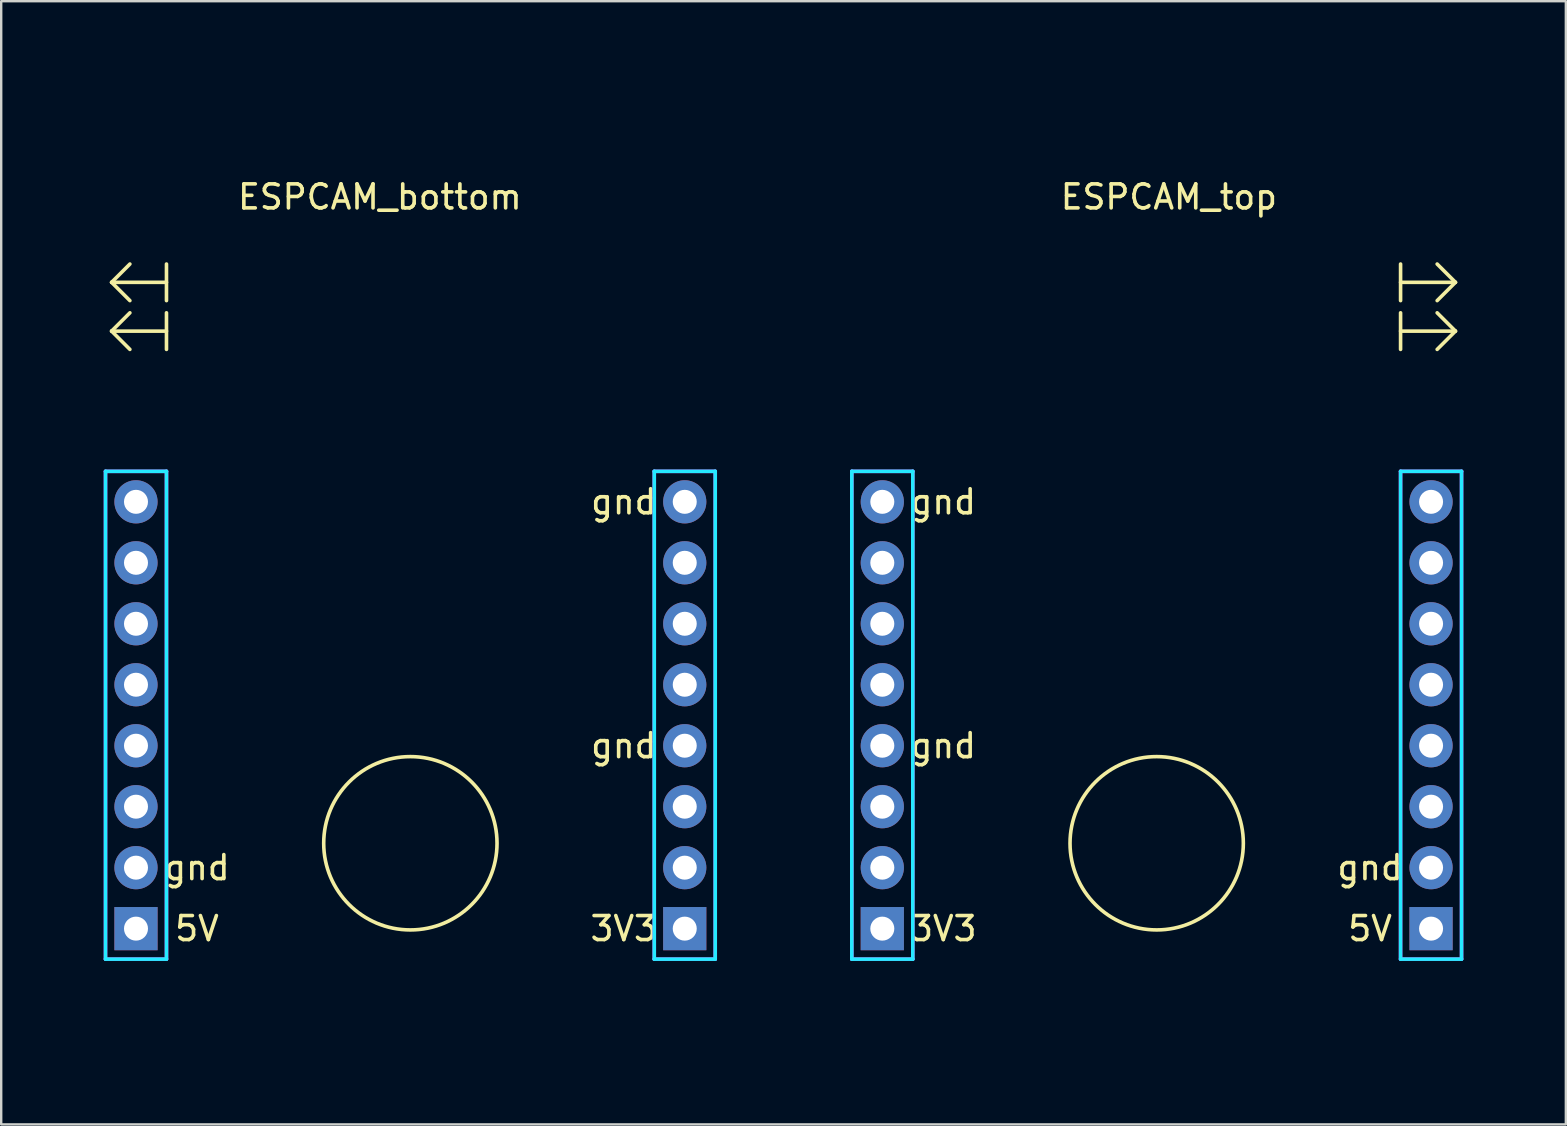
<source format=kicad_pcb>
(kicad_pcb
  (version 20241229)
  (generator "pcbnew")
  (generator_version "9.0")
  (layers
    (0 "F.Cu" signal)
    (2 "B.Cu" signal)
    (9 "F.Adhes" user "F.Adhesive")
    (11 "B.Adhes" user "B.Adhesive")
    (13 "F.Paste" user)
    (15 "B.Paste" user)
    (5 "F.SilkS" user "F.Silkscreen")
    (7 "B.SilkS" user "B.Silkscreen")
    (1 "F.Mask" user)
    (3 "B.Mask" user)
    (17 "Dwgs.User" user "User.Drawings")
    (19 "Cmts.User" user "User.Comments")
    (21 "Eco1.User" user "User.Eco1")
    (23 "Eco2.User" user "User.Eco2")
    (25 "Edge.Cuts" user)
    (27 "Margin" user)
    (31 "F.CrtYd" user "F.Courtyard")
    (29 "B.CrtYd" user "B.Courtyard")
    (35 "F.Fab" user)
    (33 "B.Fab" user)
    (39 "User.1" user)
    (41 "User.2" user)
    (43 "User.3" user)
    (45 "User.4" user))
  (footprint "ESPCAM_bottom"
    (layer "F.Cu")
    (at 12.775 15.315)
    (property "Reference" "ESPCAM_bottom" (at 0 -10.16 0) (layer "F.SilkS") (effects (font (size 1 1) (thickness 0.15))))
    (attr through_hole)
    (fp_line (start -11.176 -6.604) (end -10.414 -7.366) (stroke (width 0.15) (type solid)) (layer "F.SilkS"))
    (fp_line (start -11.176 -6.604) (end -8.89 -6.604) (stroke (width 0.15) (type solid)) (layer "F.SilkS"))
    (fp_line (start -11.176 -4.572) (end -10.414 -5.334) (stroke (width 0.15) (type solid)) (layer "F.SilkS"))
    (fp_line (start -11.176 -4.572) (end -10.414 -3.81) (stroke (width 0.15) (type solid)) (layer "F.SilkS"))
    (fp_line (start -10.414 -5.842) (end -11.176 -6.604) (stroke (width 0.15) (type solid)) (layer "F.SilkS"))
    (fp_line (start -8.89 -7.366) (end -8.89 -5.842) (stroke (width 0.15) (type solid)) (layer "F.SilkS"))
    (fp_line (start -8.89 -5.334) (end -8.89 -3.81) (stroke (width 0.15) (type solid)) (layer "F.SilkS"))
    (fp_line (start -8.89 -4.572) (end -11.176 -4.572) (stroke (width 0.15) (type solid)) (layer "F.SilkS"))
    (fp_circle (center 1.27 16.764) (end 3.556 19.558) (stroke (width 0.15) (type solid)) (fill no) (layer "F.SilkS"))
    (fp_line (start -12.7 22.86) (end -12.7 -12.7) (stroke (width 0.15) (type solid)) (layer "B.Paste"))
    (fp_line (start -10.16 -15.24) (end 12.7 -15.24) (stroke (width 0.15) (type solid)) (layer "B.Paste"))
    (fp_line (start 12.7 25.4) (end -10.16 25.4) (stroke (width 0.15) (type solid)) (layer "B.Paste"))
    (fp_line (start 15.24 -12.7) (end 15.24 22.86) (stroke (width 0.15) (type solid)) (layer "B.Paste"))
    (fp_arc (start -12.7 -12.7) (mid -11.956051 -14.496051) (end -10.16 -15.24) (stroke (width 0.15) (type solid)) (layer "B.Paste"))
    (fp_arc (start -10.16 25.4) (mid -11.956051 24.656051) (end -12.7 22.86) (stroke (width 0.15) (type solid)) (layer "B.Paste"))
    (fp_arc (start 12.7 -15.24) (mid 14.496051 -14.496051) (end 15.24 -12.7) (stroke (width 0.15) (type solid)) (layer "B.Paste"))
    (fp_arc (start 15.24 22.86) (mid 14.496051 24.656051) (end 12.7 25.4) (stroke (width 0.15) (type solid)) (layer "B.Paste"))
    (fp_line (start -11.43 1.27) (end -8.89 1.27) (stroke (width 0.15) (type solid)) (layer "B.CrtYd"))
    (fp_line (start -11.43 21.59) (end -11.43 1.27) (stroke (width 0.15) (type solid)) (layer "B.CrtYd"))
    (fp_line (start -8.89 1.27) (end -8.89 21.59) (stroke (width 0.15) (type solid)) (layer "B.CrtYd"))
    (fp_line (start -8.89 21.59) (end -11.43 21.59) (stroke (width 0.15) (type solid)) (layer "B.CrtYd"))
    (fp_line (start 11.43 1.27) (end 13.97 1.27) (stroke (width 0.15) (type solid)) (layer "B.CrtYd"))
    (fp_line (start 11.43 21.59) (end 11.43 1.27) (stroke (width 0.15) (type solid)) (layer "B.CrtYd"))
    (fp_line (start 13.97 1.27) (end 13.97 21.59) (stroke (width 0.15) (type solid)) (layer "B.CrtYd"))
    (fp_line (start 13.97 21.59) (end 11.43 21.59) (stroke (width 0.15) (type solid)) (layer "B.CrtYd"))
    (fp_line (start -11.43 1.27) (end -8.89 1.27) (stroke (width 0.15) (type solid)) (layer "F.CrtYd"))
    (fp_line (start -11.43 21.59) (end -11.43 1.27) (stroke (width 0.15) (type solid)) (layer "F.CrtYd"))
    (fp_line (start -8.89 1.27) (end -8.89 21.59) (stroke (width 0.15) (type solid)) (layer "F.CrtYd"))
    (fp_line (start -8.89 21.59) (end -11.43 21.59) (stroke (width 0.15) (type solid)) (layer "F.CrtYd"))
    (fp_line (start 11.43 1.27) (end 13.97 1.27) (stroke (width 0.15) (type solid)) (layer "F.CrtYd"))
    (fp_line (start 11.43 21.59) (end 11.43 1.27) (stroke (width 0.15) (type solid)) (layer "F.CrtYd"))
    (fp_line (start 13.97 1.27) (end 13.97 21.59) (stroke (width 0.15) (type solid)) (layer "F.CrtYd"))
    (fp_line (start 13.97 21.59) (end 11.43 21.59) (stroke (width 0.15) (type solid)) (layer "F.CrtYd"))
    (fp_text user "gnd" (at 10.16 2.54 0) (layer "F.SilkS") (effects (font (size 1 1) (thickness 0.15))))
    (fp_text user "gnd" (at -7.62 17.78 0) (layer "F.SilkS") (effects (font (size 1 1) (thickness 0.15))))
    (fp_text user "3V3" (at 10.16 20.32 0) (layer "F.SilkS") (effects (font (size 1 1) (thickness 0.15))))
    (fp_text user "5V" (at -7.62 20.32 0) (layer "F.SilkS") (effects (font (size 1 1) (thickness 0.15))))
    (fp_text user "gnd" (at 10.16 12.7 0) (layer "F.SilkS") (effects (font (size 1 1) (thickness 0.15))))
    (pad "1" thru_hole circle (at -10.16 2.54) (size 1.8 1.8) (drill 1) (layers "*.Cu" "*.Mask"))
    (pad "2" thru_hole circle (at -10.16 5.08) (size 1.8 1.8) (drill 1) (layers "*.Cu" "*.Mask"))
    (pad "3" thru_hole circle (at -10.16 7.62) (size 1.8 1.8) (drill 1) (layers "*.Cu" "*.Mask"))
    (pad "4" thru_hole circle (at -10.16 10.16) (size 1.8 1.8) (drill 1) (layers "*.Cu" "*.Mask"))
    (pad "5" thru_hole circle (at -10.16 12.7) (size 1.8 1.8) (drill 1) (layers "*.Cu" "*.Mask"))
    (pad "6" thru_hole circle (at -10.16 15.24) (size 1.8 1.8) (drill 1) (layers "*.Cu" "*.Mask"))
    (pad "7" thru_hole circle (at -10.16 17.78) (size 1.8 1.8) (drill 1) (layers "*.Cu" "*.Mask"))
    (pad "8" thru_hole rect (at -10.16 20.32) (size 1.8 1.8) (drill 1) (layers "*.Cu" "*.Mask"))
    (pad "9" thru_hole circle (at 12.7 2.54) (size 1.8 1.8) (drill 1) (layers "*.Cu" "*.Mask"))
    (pad "10" thru_hole circle (at 12.7 5.08) (size 1.8 1.8) (drill 1) (layers "*.Cu" "*.Mask"))
    (pad "11" thru_hole circle (at 12.7 7.62) (size 1.8 1.8) (drill 1) (layers "*.Cu" "*.Mask"))
    (pad "12" thru_hole circle (at 12.7 10.16) (size 1.8 1.8) (drill 1) (layers "*.Cu" "*.Mask"))
    (pad "13" thru_hole circle (at 12.7 12.7) (size 1.8 1.8) (drill 1) (layers "*.Cu" "*.Mask"))
    (pad "14" thru_hole circle (at 12.7 15.24) (size 1.8 1.8) (drill 1) (layers "*.Cu" "*.Mask"))
    (pad "15" thru_hole circle (at 12.7 17.78) (size 1.8 1.8) (drill 1) (layers "*.Cu" "*.Mask"))
    (pad "16" thru_hole rect (at 12.7 20.32) (size 1.8 1.8) (drill 1) (layers "*.Cu" "*.Mask")))
  (footprint "ESPCAM_top"
    (layer "F.Cu")
    (at 43.865 17.601)
    (property "Reference" "ESPCAM_top" (at 1.778 -12.446 0) (layer "F.SilkS") (effects (font (size 1 1) (thickness 0.15))))
    (attr through_hole)
    (fp_line (start 11.43 -9.652) (end 11.43 -8.128) (stroke (width 0.15) (type solid)) (layer "F.SilkS"))
    (fp_line (start 11.43 -7.62) (end 11.43 -6.096) (stroke (width 0.15) (type solid)) (layer "F.SilkS"))
    (fp_line (start 11.43 -6.858) (end 13.716 -6.858) (stroke (width 0.15) (type solid)) (layer "F.SilkS"))
    (fp_line (start 12.954 -8.128) (end 13.716 -8.89) (stroke (width 0.15) (type solid)) (layer "F.SilkS"))
    (fp_line (start 13.716 -8.89) (end 11.43 -8.89) (stroke (width 0.15) (type solid)) (layer "F.SilkS"))
    (fp_line (start 13.716 -8.89) (end 12.954 -9.652) (stroke (width 0.15) (type solid)) (layer "F.SilkS"))
    (fp_line (start 13.716 -6.858) (end 12.954 -7.62) (stroke (width 0.15) (type solid)) (layer "F.SilkS"))
    (fp_line (start 13.716 -6.858) (end 12.954 -6.096) (stroke (width 0.15) (type solid)) (layer "F.SilkS"))
    (fp_circle (center 1.27 14.478) (end -1.016 17.272) (stroke (width 0.15) (type solid)) (fill no) (layer "F.SilkS"))
    (fp_line (start -12.7 -14.986) (end -12.7 20.574) (stroke (width 0.15) (type solid)) (layer "B.Paste"))
    (fp_line (start -10.16 23.114) (end 12.7 23.114) (stroke (width 0.15) (type solid)) (layer "B.Paste"))
    (fp_line (start 12.7 -17.526) (end -10.16 -17.526) (stroke (width 0.15) (type solid)) (layer "B.Paste"))
    (fp_line (start 15.24 20.574) (end 15.24 -14.986) (stroke (width 0.15) (type solid)) (layer "B.Paste"))
    (fp_arc (start -12.7 -14.986) (mid -11.956051 -16.782051) (end -10.16 -17.526) (stroke (width 0.15) (type solid)) (layer "B.Paste"))
    (fp_arc (start -10.16 23.114) (mid -11.956051 22.370051) (end -12.7 20.574) (stroke (width 0.15) (type solid)) (layer "B.Paste"))
    (fp_arc (start 12.7 -17.526) (mid 14.496051 -16.782051) (end 15.24 -14.986) (stroke (width 0.15) (type solid)) (layer "B.Paste"))
    (fp_arc (start 15.24 20.574) (mid 14.496051 22.370051) (end 12.7 23.114) (stroke (width 0.15) (type solid)) (layer "B.Paste"))
    (fp_line (start -11.43 -1.016) (end -11.43 19.304) (stroke (width 0.15) (type solid)) (layer "B.CrtYd"))
    (fp_line (start -11.43 19.304) (end -8.89 19.304) (stroke (width 0.15) (type solid)) (layer "B.CrtYd"))
    (fp_line (start -8.89 -1.016) (end -11.43 -1.016) (stroke (width 0.15) (type solid)) (layer "B.CrtYd"))
    (fp_line (start -8.89 19.304) (end -8.89 -1.016) (stroke (width 0.15) (type solid)) (layer "B.CrtYd"))
    (fp_line (start 11.43 -1.016) (end 11.43 19.304) (stroke (width 0.15) (type solid)) (layer "B.CrtYd"))
    (fp_line (start 11.43 19.304) (end 13.97 19.304) (stroke (width 0.15) (type solid)) (layer "B.CrtYd"))
    (fp_line (start 13.97 -1.016) (end 11.43 -1.016) (stroke (width 0.15) (type solid)) (layer "B.CrtYd"))
    (fp_line (start 13.97 19.304) (end 13.97 -1.016) (stroke (width 0.15) (type solid)) (layer "B.CrtYd"))
    (fp_line (start -11.43 -1.016) (end -11.43 19.304) (stroke (width 0.15) (type solid)) (layer "F.CrtYd"))
    (fp_line (start -11.43 19.304) (end -8.89 19.304) (stroke (width 0.15) (type solid)) (layer "F.CrtYd"))
    (fp_line (start -8.89 -1.016) (end -11.43 -1.016) (stroke (width 0.15) (type solid)) (layer "F.CrtYd"))
    (fp_line (start -8.89 19.304) (end -8.89 -1.016) (stroke (width 0.15) (type solid)) (layer "F.CrtYd"))
    (fp_line (start 11.43 -1.016) (end 11.43 19.304) (stroke (width 0.15) (type solid)) (layer "F.CrtYd"))
    (fp_line (start 11.43 19.304) (end 13.97 19.304) (stroke (width 0.15) (type solid)) (layer "F.CrtYd"))
    (fp_line (start 13.97 -1.016) (end 11.43 -1.016) (stroke (width 0.15) (type solid)) (layer "F.CrtYd"))
    (fp_line (start 13.97 19.304) (end 13.97 -1.016) (stroke (width 0.15) (type solid)) (layer "F.CrtYd"))
    (fp_text user "gnd" (at 10.16 15.494 0) (layer "F.SilkS") (effects (font (size 1 1) (thickness 0.15))))
    (fp_text user "3V3" (at -7.62 18.034 0) (layer "F.SilkS") (effects (font (size 1 1) (thickness 0.15))))
    (fp_text user "gnd" (at -7.62 10.414 0) (layer "F.SilkS") (effects (font (size 1 1) (thickness 0.15))))
    (fp_text user "5V" (at 10.16 18.034 0) (layer "F.SilkS") (effects (font (size 1 1) (thickness 0.15))))
    (fp_text user "gnd" (at -7.62 0.254 0) (layer "F.SilkS") (effects (font (size 1 1) (thickness 0.15))))
    (pad "1" thru_hole circle (at 12.7 0.254) (size 1.8 1.8) (drill 1) (layers "*.Cu" "*.Mask"))
    (pad "2" thru_hole circle (at 12.7 2.794) (size 1.8 1.8) (drill 1) (layers "*.Cu" "*.Mask"))
    (pad "3" thru_hole circle (at 12.7 5.334) (size 1.8 1.8) (drill 1) (layers "*.Cu" "*.Mask"))
    (pad "4" thru_hole circle (at 12.7 7.874) (size 1.8 1.8) (drill 1) (layers "*.Cu" "*.Mask"))
    (pad "5" thru_hole circle (at 12.7 10.414) (size 1.8 1.8) (drill 1) (layers "*.Cu" "*.Mask"))
    (pad "6" thru_hole circle (at 12.7 12.954) (size 1.8 1.8) (drill 1) (layers "*.Cu" "*.Mask"))
    (pad "7" thru_hole circle (at 12.7 15.494) (size 1.8 1.8) (drill 1) (layers "*.Cu" "*.Mask"))
    (pad "8" thru_hole rect (at 12.7 18.034) (size 1.8 1.8) (drill 1) (layers "*.Cu" "*.Mask"))
    (pad "9" thru_hole circle (at -10.16 0.254) (size 1.8 1.8) (drill 1) (layers "*.Cu" "*.Mask"))
    (pad "10" thru_hole circle (at -10.16 2.794) (size 1.8 1.8) (drill 1) (layers "*.Cu" "*.Mask"))
    (pad "11" thru_hole circle (at -10.16 5.334) (size 1.8 1.8) (drill 1) (layers "*.Cu" "*.Mask"))
    (pad "12" thru_hole circle (at -10.16 7.874) (size 1.8 1.8) (drill 1) (layers "*.Cu" "*.Mask"))
    (pad "13" thru_hole circle (at -10.16 10.414) (size 1.8 1.8) (drill 1) (layers "*.Cu" "*.Mask"))
    (pad "14" thru_hole circle (at -10.16 12.954) (size 1.8 1.8) (drill 1) (layers "*.Cu" "*.Mask"))
    (pad "15" thru_hole circle (at -10.16 15.494) (size 1.8 1.8) (drill 1) (layers "*.Cu" "*.Mask"))
    (pad "16" thru_hole rect (at -10.16 18.034) (size 1.8 1.8) (drill 1) (layers "*.Cu" "*.Mask")))
  (gr_rect
    (start -3 -3)
    (end 62.18 43.79)
    (stroke (width 0.1) (type default))
    (fill no)
    (layer "Edge.Cuts")))
</source>
